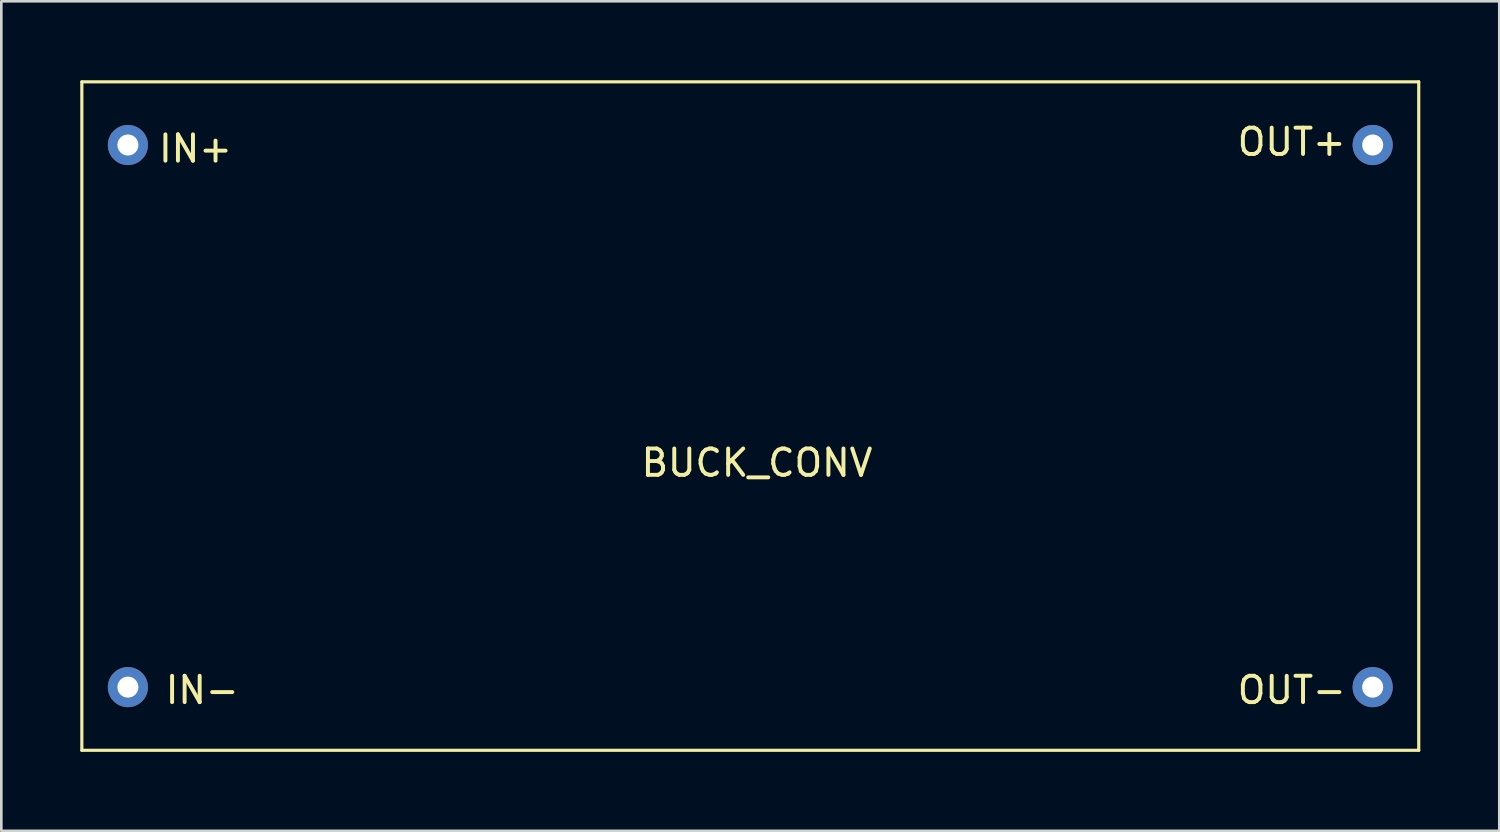
<source format=kicad_pcb>
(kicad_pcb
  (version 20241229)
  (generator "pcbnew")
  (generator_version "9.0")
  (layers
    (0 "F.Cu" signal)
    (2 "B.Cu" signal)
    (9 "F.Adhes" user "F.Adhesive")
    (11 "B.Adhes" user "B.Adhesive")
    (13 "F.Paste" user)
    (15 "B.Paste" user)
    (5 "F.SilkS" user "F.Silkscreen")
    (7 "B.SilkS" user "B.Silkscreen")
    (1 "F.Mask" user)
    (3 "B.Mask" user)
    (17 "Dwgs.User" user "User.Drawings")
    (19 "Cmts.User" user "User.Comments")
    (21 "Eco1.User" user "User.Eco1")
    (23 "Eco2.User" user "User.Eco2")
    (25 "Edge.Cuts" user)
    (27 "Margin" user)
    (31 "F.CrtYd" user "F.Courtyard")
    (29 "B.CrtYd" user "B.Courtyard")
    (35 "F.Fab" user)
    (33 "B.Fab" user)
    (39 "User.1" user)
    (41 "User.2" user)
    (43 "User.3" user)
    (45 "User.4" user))
  (footprint "BUCK_CONV"
    (layer "F.Cu")
    (at 25.46 12.76)
    (property "Reference" "BUCK_CONV" (at 0.254 1.778 0) (layer "F.SilkS") (effects (font (size 1 1) (thickness 0.15))))
    (attr through_hole)
    (fp_line (start -25.4 -12.7) (end 25.4 -12.7) (stroke (width 0.12) (type solid)) (layer "F.SilkS"))
    (fp_line (start -25.4 12.7) (end -25.4 -12.7) (stroke (width 0.12) (type solid)) (layer "F.SilkS"))
    (fp_line (start 25.4 -12.7) (end 25.4 12.7) (stroke (width 0.12) (type solid)) (layer "F.SilkS"))
    (fp_line (start 25.4 12.7) (end -25.4 12.7) (stroke (width 0.12) (type solid)) (layer "F.SilkS"))
    (fp_text user "OUT-" (at 20.574 10.414 0) (layer "F.SilkS") (effects (font (size 1 1) (thickness 0.15))))
    (fp_text user "OUT+" (at 20.574 -10.414 0) (layer "F.SilkS") (effects (font (size 1 1) (thickness 0.15))))
    (fp_text user "IN+" (at -21.082 -10.16 0) (layer "F.SilkS") (effects (font (size 1 1) (thickness 0.15))))
    (fp_text user "IN-" (at -20.828 10.414 0) (layer "F.SilkS") (effects (font (size 1 1) (thickness 0.15))))
    (pad "1" thru_hole circle (at -23.65 -10.3) (size 1.524 1.524) (drill 0.8) (layers "*.Cu" "*.Mask"))
    (pad "2" thru_hole circle (at -23.65 10.3) (size 1.524 1.524) (drill 0.8) (layers "*.Cu" "*.Mask"))
    (pad "3" thru_hole circle (at 23.65 -10.3) (size 1.524 1.524) (drill 0.8) (layers "*.Cu" "*.Mask"))
    (pad "4" thru_hole circle (at 23.65 10.3) (size 1.524 1.524) (drill 0.8) (layers "*.Cu" "*.Mask")))
  (gr_rect
    (start -3 -3)
    (end 53.92 28.52)
    (stroke (width 0.1) (type default))
    (fill no)
    (layer "Edge.Cuts")))
</source>
